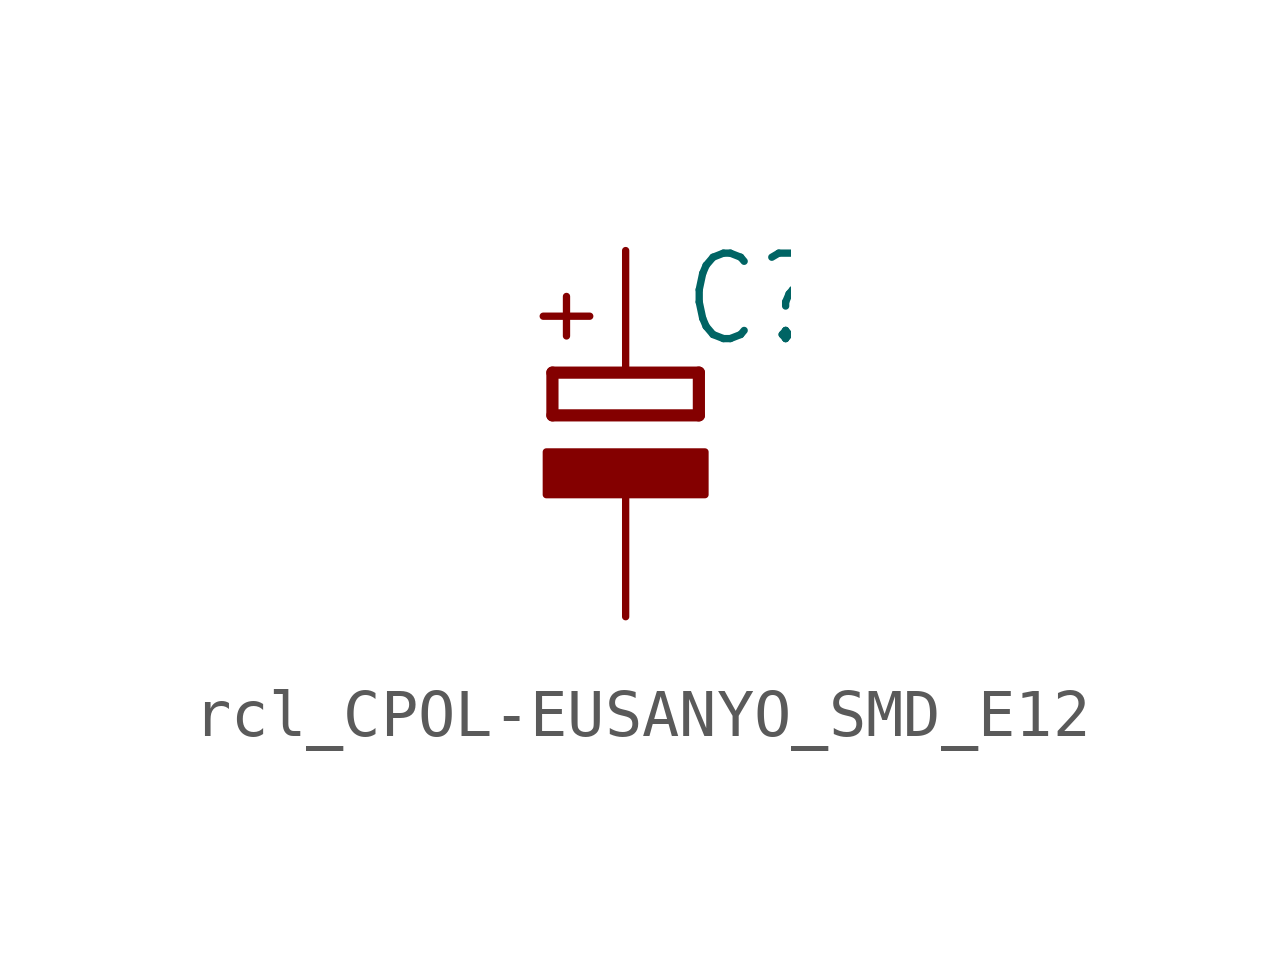
<source format=kicad_sym>
(kicad_symbol_lib
  (version 20231120)
  (generator "kicad_symbol_editor")
  (generator_version "8.0")
  (symbol "rcl_CPOL-EUSANYO_SMD_E12"
    (property "Reference" "C"
      (at 1.143 0.483 0)
      (effects (font (size 1.778 1.511)) (justify left bottom)))
    (property "Value" ""
      (at 1.143 -4.597 0)
      (effects (font (size 1.778 1.511)) (justify left bottom)))
    (property "ki_locked" ""
      (at 0 0 0)
      (effects (font (size 1.27 1.27))))
    (symbol "rcl_CPOL-EUSANYO_SMD_E12_1_0"
      (rectangle (start -1.651 -2.54) (end 1.651 -1.651) (stroke (width 0) (type default)) (fill (type outline)))
      (polyline (pts (xy -1.524 -0.889) (xy 1.524 -0.889)) (stroke (width 0.254) (type solid)) (fill (type none)))
      (polyline (pts (xy -1.524 0) (xy -1.524 -0.889)) (stroke (width 0.254) (type solid)) (fill (type none)))
      (polyline (pts (xy -1.524 0) (xy 1.524 0)) (stroke (width 0.254) (type solid)) (fill (type none)))
      (polyline (pts (xy 1.524 -0.889) (xy 1.524 0)) (stroke (width 0.254) (type solid)) (fill (type none)))
      (text "+" (at -0.584 0.406 900) (effects (font (size 1.27 1.079)) (justify left bottom)))
      (pin passive line (at 0 2.54 270) (length 2.54) (name "+" (effects (font (size 0 0)))) (number "+" (effects (font (size 0 0)))))
      (pin passive line (at 0 -5.08 90) (length 2.54) (name "-" (effects (font (size 0 0)))) (number "-" (effects (font (size 0 0))))))))
</source>
